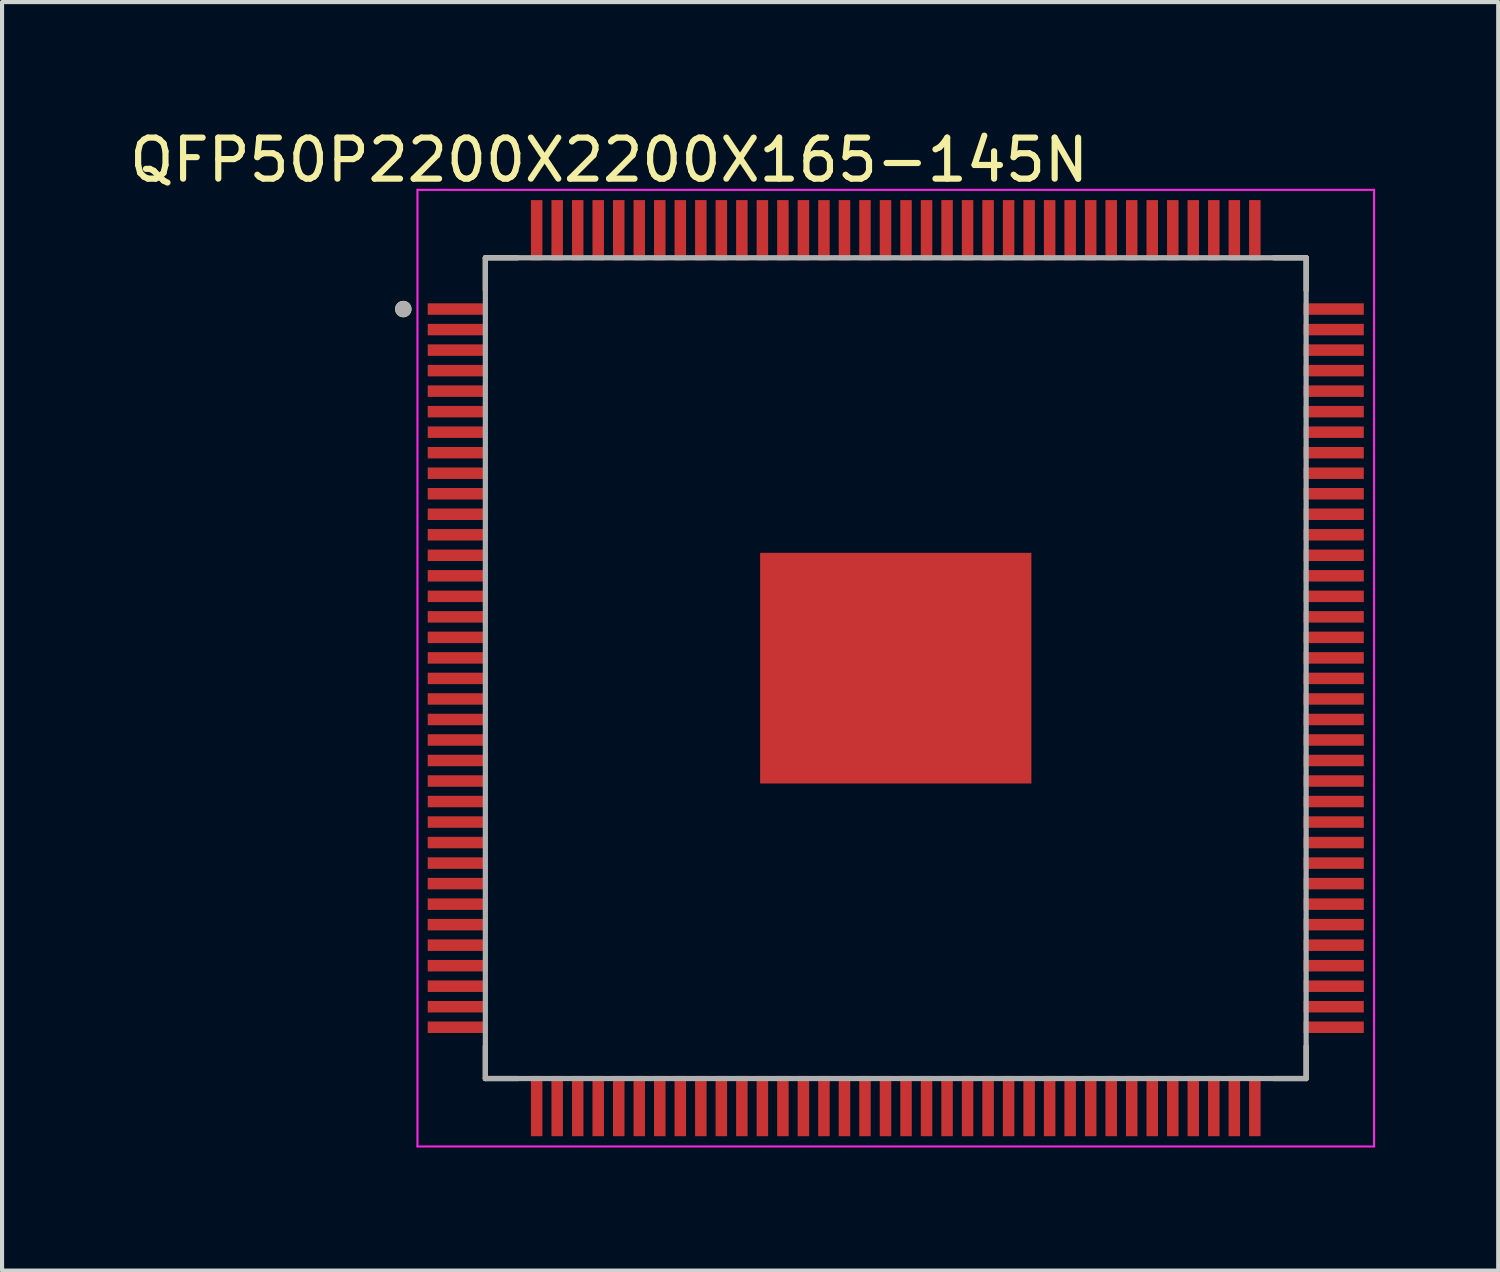
<source format=kicad_pcb>
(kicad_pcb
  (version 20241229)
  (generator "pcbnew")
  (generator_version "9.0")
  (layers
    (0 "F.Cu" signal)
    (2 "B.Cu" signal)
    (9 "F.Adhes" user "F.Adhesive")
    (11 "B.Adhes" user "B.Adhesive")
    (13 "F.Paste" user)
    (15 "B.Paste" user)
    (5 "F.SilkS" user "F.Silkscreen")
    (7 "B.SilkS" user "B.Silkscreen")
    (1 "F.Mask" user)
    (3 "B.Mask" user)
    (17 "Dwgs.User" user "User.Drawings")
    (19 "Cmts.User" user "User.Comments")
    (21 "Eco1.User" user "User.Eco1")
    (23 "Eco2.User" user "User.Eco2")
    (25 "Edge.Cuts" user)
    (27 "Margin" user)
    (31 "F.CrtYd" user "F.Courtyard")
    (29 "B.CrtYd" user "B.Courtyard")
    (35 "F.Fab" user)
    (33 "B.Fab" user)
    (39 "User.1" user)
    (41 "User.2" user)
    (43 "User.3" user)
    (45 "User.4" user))
  (footprint "QFP50P2200X2200X165-145N"
    (layer "F.Cu")
    (at 18.777 13.231)
    (property "Reference" "QFP50P2200X2200X165-145N" (at -6.985 -12.383 0) (layer "F.SilkS") (effects (font (size 1 1) (thickness 0.15))))
    (attr smd)
    (fp_line (start -10 -10) (end -10 -9.21) (stroke (width 0.127) (type solid)) (layer "F.SilkS"))
    (fp_line (start -10 -10) (end -9.21 -10) (stroke (width 0.127) (type solid)) (layer "F.SilkS"))
    (fp_line (start -10 10) (end -10 9.21) (stroke (width 0.127) (type solid)) (layer "F.SilkS"))
    (fp_line (start -10 10) (end -9.21 10) (stroke (width 0.127) (type solid)) (layer "F.SilkS"))
    (fp_line (start 10 -10) (end 9.21 -10) (stroke (width 0.127) (type solid)) (layer "F.SilkS"))
    (fp_line (start 10 -10) (end 10 -9.21) (stroke (width 0.127) (type solid)) (layer "F.SilkS"))
    (fp_line (start 10 10) (end 9.21 10) (stroke (width 0.127) (type solid)) (layer "F.SilkS"))
    (fp_line (start 10 10) (end 10 9.21) (stroke (width 0.127) (type solid)) (layer "F.SilkS"))
    (fp_circle (center -12 -8.75) (end -11.9 -8.75) (stroke (width 0.2) (type solid)) (fill no) (layer "F.SilkS"))
    (fp_poly (pts (xy -2.93 -2.255) (xy -1.47 -2.255) (xy -1.47 -0.555) (xy -2.93 -0.555)) (stroke (width 0.01) (type solid)) (fill yes) (layer "F.Paste"))
    (fp_poly (pts (xy -2.93 0.555) (xy -1.47 0.555) (xy -1.47 2.255) (xy -2.93 2.255)) (stroke (width 0.01) (type solid)) (fill yes) (layer "F.Paste"))
    (fp_poly (pts (xy -0.73 -2.255) (xy 0.73 -2.255) (xy 0.73 -0.555) (xy -0.73 -0.555)) (stroke (width 0.01) (type solid)) (fill yes) (layer "F.Paste"))
    (fp_poly (pts (xy -0.73 0.555) (xy 0.73 0.555) (xy 0.73 2.255) (xy -0.73 2.255)) (stroke (width 0.01) (type solid)) (fill yes) (layer "F.Paste"))
    (fp_poly (pts (xy 1.47 -2.255) (xy 2.93 -2.255) (xy 2.93 -0.555) (xy 1.47 -0.555)) (stroke (width 0.01) (type solid)) (fill yes) (layer "F.Paste"))
    (fp_poly (pts (xy 1.47 0.555) (xy 2.93 0.555) (xy 2.93 2.255) (xy 1.47 2.255)) (stroke (width 0.01) (type solid)) (fill yes) (layer "F.Paste"))
    (fp_line (start -11.655 -11.655) (end 11.655 -11.655) (stroke (width 0.05) (type solid)) (layer "F.CrtYd"))
    (fp_line (start -11.655 11.655) (end -11.655 -11.655) (stroke (width 0.05) (type solid)) (layer "F.CrtYd"))
    (fp_line (start -11.655 11.655) (end 11.655 11.655) (stroke (width 0.05) (type solid)) (layer "F.CrtYd"))
    (fp_line (start 11.655 11.655) (end 11.655 -11.655) (stroke (width 0.05) (type solid)) (layer "F.CrtYd"))
    (fp_line (start -10 10) (end -10 -10) (stroke (width 0.127) (type solid)) (layer "F.Fab"))
    (fp_line (start 10 -10) (end -10 -10) (stroke (width 0.127) (type solid)) (layer "F.Fab"))
    (fp_line (start 10 10) (end -10 10) (stroke (width 0.127) (type solid)) (layer "F.Fab"))
    (fp_line (start 10 10) (end 10 -10) (stroke (width 0.127) (type solid)) (layer "F.Fab"))
    (fp_circle (center -12 -8.75) (end -11.9 -8.75) (stroke (width 0.2) (type solid)) (fill no) (layer "F.Fab"))
    (pad "1" smd rect (at -10.67 -8.75) (size 1.47 0.28) (layers "F.Cu" "F.Mask" "F.Paste"))
    (pad "2" smd rect (at -10.67 -8.25) (size 1.47 0.28) (layers "F.Cu" "F.Mask" "F.Paste"))
    (pad "3" smd rect (at -10.67 -7.75) (size 1.47 0.28) (layers "F.Cu" "F.Mask" "F.Paste"))
    (pad "4" smd rect (at -10.67 -7.25) (size 1.47 0.28) (layers "F.Cu" "F.Mask" "F.Paste"))
    (pad "5" smd rect (at -10.67 -6.75) (size 1.47 0.28) (layers "F.Cu" "F.Mask" "F.Paste"))
    (pad "6" smd rect (at -10.67 -6.25) (size 1.47 0.28) (layers "F.Cu" "F.Mask" "F.Paste"))
    (pad "7" smd rect (at -10.67 -5.75) (size 1.47 0.28) (layers "F.Cu" "F.Mask" "F.Paste"))
    (pad "8" smd rect (at -10.67 -5.25) (size 1.47 0.28) (layers "F.Cu" "F.Mask" "F.Paste"))
    (pad "9" smd rect (at -10.67 -4.75) (size 1.47 0.28) (layers "F.Cu" "F.Mask" "F.Paste"))
    (pad "10" smd rect (at -10.67 -4.25) (size 1.47 0.28) (layers "F.Cu" "F.Mask" "F.Paste"))
    (pad "11" smd rect (at -10.67 -3.75) (size 1.47 0.28) (layers "F.Cu" "F.Mask" "F.Paste"))
    (pad "12" smd rect (at -10.67 -3.25) (size 1.47 0.28) (layers "F.Cu" "F.Mask" "F.Paste"))
    (pad "13" smd rect (at -10.67 -2.75) (size 1.47 0.28) (layers "F.Cu" "F.Mask" "F.Paste"))
    (pad "14" smd rect (at -10.67 -2.25) (size 1.47 0.28) (layers "F.Cu" "F.Mask" "F.Paste"))
    (pad "15" smd rect (at -10.67 -1.75) (size 1.47 0.28) (layers "F.Cu" "F.Mask" "F.Paste"))
    (pad "16" smd rect (at -10.67 -1.25) (size 1.47 0.28) (layers "F.Cu" "F.Mask" "F.Paste"))
    (pad "17" smd rect (at -10.67 -0.75) (size 1.47 0.28) (layers "F.Cu" "F.Mask" "F.Paste"))
    (pad "18" smd rect (at -10.67 -0.25) (size 1.47 0.28) (layers "F.Cu" "F.Mask" "F.Paste"))
    (pad "19" smd rect (at -10.67 0.25) (size 1.47 0.28) (layers "F.Cu" "F.Mask" "F.Paste"))
    (pad "20" smd rect (at -10.67 0.75) (size 1.47 0.28) (layers "F.Cu" "F.Mask" "F.Paste"))
    (pad "21" smd rect (at -10.67 1.25) (size 1.47 0.28) (layers "F.Cu" "F.Mask" "F.Paste"))
    (pad "22" smd rect (at -10.67 1.75) (size 1.47 0.28) (layers "F.Cu" "F.Mask" "F.Paste"))
    (pad "23" smd rect (at -10.67 2.25) (size 1.47 0.28) (layers "F.Cu" "F.Mask" "F.Paste"))
    (pad "24" smd rect (at -10.67 2.75) (size 1.47 0.28) (layers "F.Cu" "F.Mask" "F.Paste"))
    (pad "25" smd rect (at -10.67 3.25) (size 1.47 0.28) (layers "F.Cu" "F.Mask" "F.Paste"))
    (pad "26" smd rect (at -10.67 3.75) (size 1.47 0.28) (layers "F.Cu" "F.Mask" "F.Paste"))
    (pad "27" smd rect (at -10.67 4.25) (size 1.47 0.28) (layers "F.Cu" "F.Mask" "F.Paste"))
    (pad "28" smd rect (at -10.67 4.75) (size 1.47 0.28) (layers "F.Cu" "F.Mask" "F.Paste"))
    (pad "29" smd rect (at -10.67 5.25) (size 1.47 0.28) (layers "F.Cu" "F.Mask" "F.Paste"))
    (pad "30" smd rect (at -10.67 5.75) (size 1.47 0.28) (layers "F.Cu" "F.Mask" "F.Paste"))
    (pad "31" smd rect (at -10.67 6.25) (size 1.47 0.28) (layers "F.Cu" "F.Mask" "F.Paste"))
    (pad "32" smd rect (at -10.67 6.75) (size 1.47 0.28) (layers "F.Cu" "F.Mask" "F.Paste"))
    (pad "33" smd rect (at -10.67 7.25) (size 1.47 0.28) (layers "F.Cu" "F.Mask" "F.Paste"))
    (pad "34" smd rect (at -10.67 7.75) (size 1.47 0.28) (layers "F.Cu" "F.Mask" "F.Paste"))
    (pad "35" smd rect (at -10.67 8.25) (size 1.47 0.28) (layers "F.Cu" "F.Mask" "F.Paste"))
    (pad "36" smd rect (at -10.67 8.75) (size 1.47 0.28) (layers "F.Cu" "F.Mask" "F.Paste"))
    (pad "37" smd rect (at -8.75 10.67) (size 0.28 1.47) (layers "F.Cu" "F.Mask" "F.Paste"))
    (pad "38" smd rect (at -8.25 10.67) (size 0.28 1.47) (layers "F.Cu" "F.Mask" "F.Paste"))
    (pad "39" smd rect (at -7.75 10.67) (size 0.28 1.47) (layers "F.Cu" "F.Mask" "F.Paste"))
    (pad "40" smd rect (at -7.25 10.67) (size 0.28 1.47) (layers "F.Cu" "F.Mask" "F.Paste"))
    (pad "41" smd rect (at -6.75 10.67) (size 0.28 1.47) (layers "F.Cu" "F.Mask" "F.Paste"))
    (pad "42" smd rect (at -6.25 10.67) (size 0.28 1.47) (layers "F.Cu" "F.Mask" "F.Paste"))
    (pad "43" smd rect (at -5.75 10.67) (size 0.28 1.47) (layers "F.Cu" "F.Mask" "F.Paste"))
    (pad "44" smd rect (at -5.25 10.67) (size 0.28 1.47) (layers "F.Cu" "F.Mask" "F.Paste"))
    (pad "45" smd rect (at -4.75 10.67) (size 0.28 1.47) (layers "F.Cu" "F.Mask" "F.Paste"))
    (pad "46" smd rect (at -4.25 10.67) (size 0.28 1.47) (layers "F.Cu" "F.Mask" "F.Paste"))
    (pad "47" smd rect (at -3.75 10.67) (size 0.28 1.47) (layers "F.Cu" "F.Mask" "F.Paste"))
    (pad "48" smd rect (at -3.25 10.67) (size 0.28 1.47) (layers "F.Cu" "F.Mask" "F.Paste"))
    (pad "49" smd rect (at -2.75 10.67) (size 0.28 1.47) (layers "F.Cu" "F.Mask" "F.Paste"))
    (pad "50" smd rect (at -2.25 10.67) (size 0.28 1.47) (layers "F.Cu" "F.Mask" "F.Paste"))
    (pad "51" smd rect (at -1.75 10.67) (size 0.28 1.47) (layers "F.Cu" "F.Mask" "F.Paste"))
    (pad "52" smd rect (at -1.25 10.67) (size 0.28 1.47) (layers "F.Cu" "F.Mask" "F.Paste"))
    (pad "53" smd rect (at -0.75 10.67) (size 0.28 1.47) (layers "F.Cu" "F.Mask" "F.Paste"))
    (pad "54" smd rect (at -0.25 10.67) (size 0.28 1.47) (layers "F.Cu" "F.Mask" "F.Paste"))
    (pad "55" smd rect (at 0.25 10.67) (size 0.28 1.47) (layers "F.Cu" "F.Mask" "F.Paste"))
    (pad "56" smd rect (at 0.75 10.67) (size 0.28 1.47) (layers "F.Cu" "F.Mask" "F.Paste"))
    (pad "57" smd rect (at 1.25 10.67) (size 0.28 1.47) (layers "F.Cu" "F.Mask" "F.Paste"))
    (pad "58" smd rect (at 1.75 10.67) (size 0.28 1.47) (layers "F.Cu" "F.Mask" "F.Paste"))
    (pad "59" smd rect (at 2.25 10.67) (size 0.28 1.47) (layers "F.Cu" "F.Mask" "F.Paste"))
    (pad "60" smd rect (at 2.75 10.67) (size 0.28 1.47) (layers "F.Cu" "F.Mask" "F.Paste"))
    (pad "61" smd rect (at 3.25 10.67) (size 0.28 1.47) (layers "F.Cu" "F.Mask" "F.Paste"))
    (pad "62" smd rect (at 3.75 10.67) (size 0.28 1.47) (layers "F.Cu" "F.Mask" "F.Paste"))
    (pad "63" smd rect (at 4.25 10.67) (size 0.28 1.47) (layers "F.Cu" "F.Mask" "F.Paste"))
    (pad "64" smd rect (at 4.75 10.67) (size 0.28 1.47) (layers "F.Cu" "F.Mask" "F.Paste"))
    (pad "65" smd rect (at 5.25 10.67) (size 0.28 1.47) (layers "F.Cu" "F.Mask" "F.Paste"))
    (pad "66" smd rect (at 5.75 10.67) (size 0.28 1.47) (layers "F.Cu" "F.Mask" "F.Paste"))
    (pad "67" smd rect (at 6.25 10.67) (size 0.28 1.47) (layers "F.Cu" "F.Mask" "F.Paste"))
    (pad "68" smd rect (at 6.75 10.67) (size 0.28 1.47) (layers "F.Cu" "F.Mask" "F.Paste"))
    (pad "69" smd rect (at 7.25 10.67) (size 0.28 1.47) (layers "F.Cu" "F.Mask" "F.Paste"))
    (pad "70" smd rect (at 7.75 10.67) (size 0.28 1.47) (layers "F.Cu" "F.Mask" "F.Paste"))
    (pad "71" smd rect (at 8.25 10.67) (size 0.28 1.47) (layers "F.Cu" "F.Mask" "F.Paste"))
    (pad "72" smd rect (at 8.75 10.67) (size 0.28 1.47) (layers "F.Cu" "F.Mask" "F.Paste"))
    (pad "73" smd rect (at 10.67 8.75) (size 1.47 0.28) (layers "F.Cu" "F.Mask" "F.Paste"))
    (pad "74" smd rect (at 10.67 8.25) (size 1.47 0.28) (layers "F.Cu" "F.Mask" "F.Paste"))
    (pad "75" smd rect (at 10.67 7.75) (size 1.47 0.28) (layers "F.Cu" "F.Mask" "F.Paste"))
    (pad "76" smd rect (at 10.67 7.25) (size 1.47 0.28) (layers "F.Cu" "F.Mask" "F.Paste"))
    (pad "77" smd rect (at 10.67 6.75) (size 1.47 0.28) (layers "F.Cu" "F.Mask" "F.Paste"))
    (pad "78" smd rect (at 10.67 6.25) (size 1.47 0.28) (layers "F.Cu" "F.Mask" "F.Paste"))
    (pad "79" smd rect (at 10.67 5.75) (size 1.47 0.28) (layers "F.Cu" "F.Mask" "F.Paste"))
    (pad "80" smd rect (at 10.67 5.25) (size 1.47 0.28) (layers "F.Cu" "F.Mask" "F.Paste"))
    (pad "81" smd rect (at 10.67 4.75) (size 1.47 0.28) (layers "F.Cu" "F.Mask" "F.Paste"))
    (pad "82" smd rect (at 10.67 4.25) (size 1.47 0.28) (layers "F.Cu" "F.Mask" "F.Paste"))
    (pad "83" smd rect (at 10.67 3.75) (size 1.47 0.28) (layers "F.Cu" "F.Mask" "F.Paste"))
    (pad "84" smd rect (at 10.67 3.25) (size 1.47 0.28) (layers "F.Cu" "F.Mask" "F.Paste"))
    (pad "85" smd rect (at 10.67 2.75) (size 1.47 0.28) (layers "F.Cu" "F.Mask" "F.Paste"))
    (pad "86" smd rect (at 10.67 2.25) (size 1.47 0.28) (layers "F.Cu" "F.Mask" "F.Paste"))
    (pad "87" smd rect (at 10.67 1.75) (size 1.47 0.28) (layers "F.Cu" "F.Mask" "F.Paste"))
    (pad "88" smd rect (at 10.67 1.25) (size 1.47 0.28) (layers "F.Cu" "F.Mask" "F.Paste"))
    (pad "89" smd rect (at 10.67 0.75) (size 1.47 0.28) (layers "F.Cu" "F.Mask" "F.Paste"))
    (pad "90" smd rect (at 10.67 0.25) (size 1.47 0.28) (layers "F.Cu" "F.Mask" "F.Paste"))
    (pad "91" smd rect (at 10.67 -0.25) (size 1.47 0.28) (layers "F.Cu" "F.Mask" "F.Paste"))
    (pad "92" smd rect (at 10.67 -0.75) (size 1.47 0.28) (layers "F.Cu" "F.Mask" "F.Paste"))
    (pad "93" smd rect (at 10.67 -1.25) (size 1.47 0.28) (layers "F.Cu" "F.Mask" "F.Paste"))
    (pad "94" smd rect (at 10.67 -1.75) (size 1.47 0.28) (layers "F.Cu" "F.Mask" "F.Paste"))
    (pad "95" smd rect (at 10.67 -2.25) (size 1.47 0.28) (layers "F.Cu" "F.Mask" "F.Paste"))
    (pad "96" smd rect (at 10.67 -2.75) (size 1.47 0.28) (layers "F.Cu" "F.Mask" "F.Paste"))
    (pad "97" smd rect (at 10.67 -3.25) (size 1.47 0.28) (layers "F.Cu" "F.Mask" "F.Paste"))
    (pad "98" smd rect (at 10.67 -3.75) (size 1.47 0.28) (layers "F.Cu" "F.Mask" "F.Paste"))
    (pad "99" smd rect (at 10.67 -4.25) (size 1.47 0.28) (layers "F.Cu" "F.Mask" "F.Paste"))
    (pad "100" smd rect (at 10.67 -4.75) (size 1.47 0.28) (layers "F.Cu" "F.Mask" "F.Paste"))
    (pad "101" smd rect (at 10.67 -5.25) (size 1.47 0.28) (layers "F.Cu" "F.Mask" "F.Paste"))
    (pad "102" smd rect (at 10.67 -5.75) (size 1.47 0.28) (layers "F.Cu" "F.Mask" "F.Paste"))
    (pad "103" smd rect (at 10.67 -6.25) (size 1.47 0.28) (layers "F.Cu" "F.Mask" "F.Paste"))
    (pad "104" smd rect (at 10.67 -6.75) (size 1.47 0.28) (layers "F.Cu" "F.Mask" "F.Paste"))
    (pad "105" smd rect (at 10.67 -7.25) (size 1.47 0.28) (layers "F.Cu" "F.Mask" "F.Paste"))
    (pad "106" smd rect (at 10.67 -7.75) (size 1.47 0.28) (layers "F.Cu" "F.Mask" "F.Paste"))
    (pad "107" smd rect (at 10.67 -8.25) (size 1.47 0.28) (layers "F.Cu" "F.Mask" "F.Paste"))
    (pad "108" smd rect (at 10.67 -8.75) (size 1.47 0.28) (layers "F.Cu" "F.Mask" "F.Paste"))
    (pad "109" smd rect (at 8.75 -10.67) (size 0.28 1.47) (layers "F.Cu" "F.Mask" "F.Paste"))
    (pad "110" smd rect (at 8.25 -10.67) (size 0.28 1.47) (layers "F.Cu" "F.Mask" "F.Paste"))
    (pad "111" smd rect (at 7.75 -10.67) (size 0.28 1.47) (layers "F.Cu" "F.Mask" "F.Paste"))
    (pad "112" smd rect (at 7.25 -10.67) (size 0.28 1.47) (layers "F.Cu" "F.Mask" "F.Paste"))
    (pad "113" smd rect (at 6.75 -10.67) (size 0.28 1.47) (layers "F.Cu" "F.Mask" "F.Paste"))
    (pad "114" smd rect (at 6.25 -10.67) (size 0.28 1.47) (layers "F.Cu" "F.Mask" "F.Paste"))
    (pad "115" smd rect (at 5.75 -10.67) (size 0.28 1.47) (layers "F.Cu" "F.Mask" "F.Paste"))
    (pad "116" smd rect (at 5.25 -10.67) (size 0.28 1.47) (layers "F.Cu" "F.Mask" "F.Paste"))
    (pad "117" smd rect (at 4.75 -10.67) (size 0.28 1.47) (layers "F.Cu" "F.Mask" "F.Paste"))
    (pad "118" smd rect (at 4.25 -10.67) (size 0.28 1.47) (layers "F.Cu" "F.Mask" "F.Paste"))
    (pad "119" smd rect (at 3.75 -10.67) (size 0.28 1.47) (layers "F.Cu" "F.Mask" "F.Paste"))
    (pad "120" smd rect (at 3.25 -10.67) (size 0.28 1.47) (layers "F.Cu" "F.Mask" "F.Paste"))
    (pad "121" smd rect (at 2.75 -10.67) (size 0.28 1.47) (layers "F.Cu" "F.Mask" "F.Paste"))
    (pad "122" smd rect (at 2.25 -10.67) (size 0.28 1.47) (layers "F.Cu" "F.Mask" "F.Paste"))
    (pad "123" smd rect (at 1.75 -10.67) (size 0.28 1.47) (layers "F.Cu" "F.Mask" "F.Paste"))
    (pad "124" smd rect (at 1.25 -10.67) (size 0.28 1.47) (layers "F.Cu" "F.Mask" "F.Paste"))
    (pad "125" smd rect (at 0.75 -10.67) (size 0.28 1.47) (layers "F.Cu" "F.Mask" "F.Paste"))
    (pad "126" smd rect (at 0.25 -10.67) (size 0.28 1.47) (layers "F.Cu" "F.Mask" "F.Paste"))
    (pad "127" smd rect (at -0.25 -10.67) (size 0.28 1.47) (layers "F.Cu" "F.Mask" "F.Paste"))
    (pad "128" smd rect (at -0.75 -10.67) (size 0.28 1.47) (layers "F.Cu" "F.Mask" "F.Paste"))
    (pad "129" smd rect (at -1.25 -10.67) (size 0.28 1.47) (layers "F.Cu" "F.Mask" "F.Paste"))
    (pad "130" smd rect (at -1.75 -10.67) (size 0.28 1.47) (layers "F.Cu" "F.Mask" "F.Paste"))
    (pad "131" smd rect (at -2.25 -10.67) (size 0.28 1.47) (layers "F.Cu" "F.Mask" "F.Paste"))
    (pad "132" smd rect (at -2.75 -10.67) (size 0.28 1.47) (layers "F.Cu" "F.Mask" "F.Paste"))
    (pad "133" smd rect (at -3.25 -10.67) (size 0.28 1.47) (layers "F.Cu" "F.Mask" "F.Paste"))
    (pad "134" smd rect (at -3.75 -10.67) (size 0.28 1.47) (layers "F.Cu" "F.Mask" "F.Paste"))
    (pad "135" smd rect (at -4.25 -10.67) (size 0.28 1.47) (layers "F.Cu" "F.Mask" "F.Paste"))
    (pad "136" smd rect (at -4.75 -10.67) (size 0.28 1.47) (layers "F.Cu" "F.Mask" "F.Paste"))
    (pad "137" smd rect (at -5.25 -10.67) (size 0.28 1.47) (layers "F.Cu" "F.Mask" "F.Paste"))
    (pad "138" smd rect (at -5.75 -10.67) (size 0.28 1.47) (layers "F.Cu" "F.Mask" "F.Paste"))
    (pad "139" smd rect (at -6.25 -10.67) (size 0.28 1.47) (layers "F.Cu" "F.Mask" "F.Paste"))
    (pad "140" smd rect (at -6.75 -10.67) (size 0.28 1.47) (layers "F.Cu" "F.Mask" "F.Paste"))
    (pad "141" smd rect (at -7.25 -10.67) (size 0.28 1.47) (layers "F.Cu" "F.Mask" "F.Paste"))
    (pad "142" smd rect (at -7.75 -10.67) (size 0.28 1.47) (layers "F.Cu" "F.Mask" "F.Paste"))
    (pad "143" smd rect (at -8.25 -10.67) (size 0.28 1.47) (layers "F.Cu" "F.Mask" "F.Paste"))
    (pad "144" smd rect (at -8.75 -10.67) (size 0.28 1.47) (layers "F.Cu" "F.Mask" "F.Paste"))
    (pad "145" smd rect (at 0 0) (size 6.61 5.62) (layers "F.Cu" "F.Mask")))
  (gr_rect
    (start -3 -3)
    (end 33.457 27.911)
    (stroke (width 0.1) (type default))
    (fill no)
    (layer "Edge.Cuts")))
</source>
